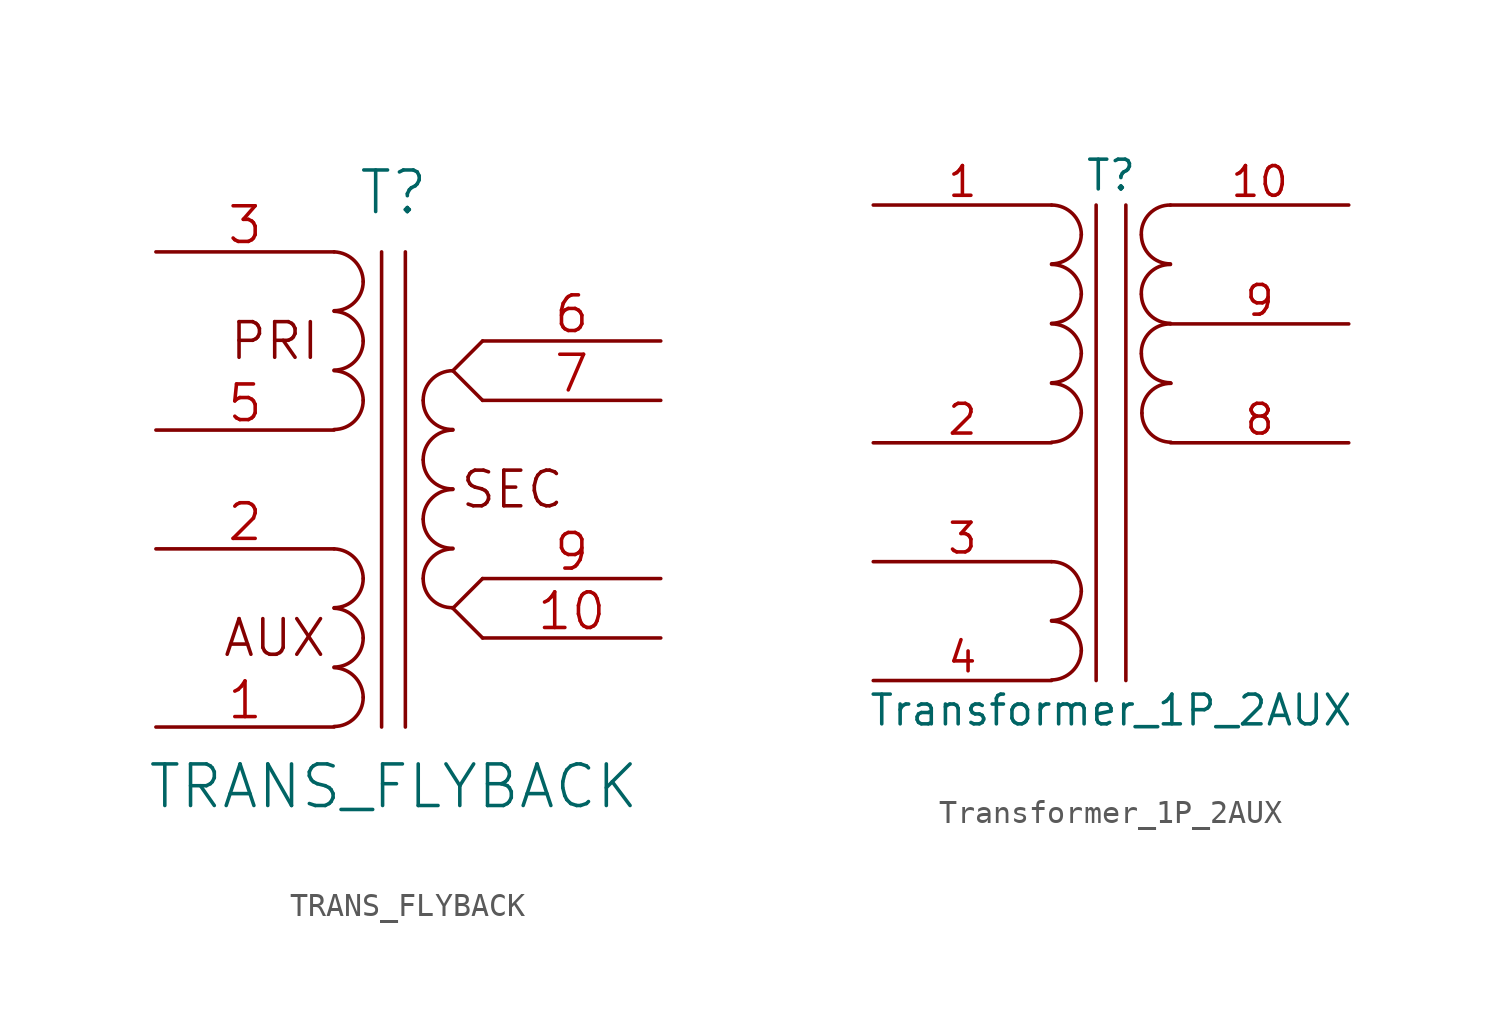
<source format=kicad_sym>
(kicad_symbol_lib
  (version 20211014)
  (generator kicad_symbol_editor)
  (symbol "TRANS_FLYBACK"
    (pin_names
      (offset 1.016) hide)
    (property "Reference" "T"
      (at 0 12.7 0)
      (effects (font (size 1.778 1.778))))
    (property "Value" "TRANS_FLYBACK"
      (at 0 -12.7 0)
      (effects (font (size 1.778 1.778))))
    (property "Footprint" ""
      (at 0 0 0)
      (effects (font (size 1.524 1.524))))
    (property "Datasheet" ""
      (at 0 0 0)
      (effects (font (size 1.524 1.524))))
    (symbol "TRANS_FLYBACK_0_0"
      (text "AUX" (at -5.08 -6.35 0) (effects (font (size 1.524 1.524))))
      (text "PRI" (at -5.08 6.35 0) (effects (font (size 1.524 1.524))))
      (text "SEC" (at 5.08 0 0) (effects (font (size 1.524 1.524)))))
    (symbol "TRANS_FLYBACK_0_1"
      (arc (start -2.54 -10.1346) (mid -1.6599 -9.7701) (end -1.2954 -8.89) (stroke (width 0) (type default) (color 0 0 0 0)) (fill (type none)))
      (arc (start -2.54 -7.5946) (mid -1.6599 -7.2301) (end -1.2954 -6.35) (stroke (width 0) (type default) (color 0 0 0 0)) (fill (type none)))
      (arc (start -2.54 -5.0546) (mid -1.6599 -4.6901) (end -1.2954 -3.81) (stroke (width 0) (type default) (color 0 0 0 0)) (fill (type none)))
      (arc (start -2.54 2.5654) (mid -1.6599 2.9299) (end -1.2954 3.81) (stroke (width 0) (type default) (color 0 0 0 0)) (fill (type none)))
      (arc (start -2.54 5.1054) (mid -1.6599 5.4699) (end -1.2954 6.35) (stroke (width 0) (type default) (color 0 0 0 0)) (fill (type none)))
      (arc (start -2.54 7.6454) (mid -1.6599 8.0099) (end -1.2954 8.89) (stroke (width 0) (type default) (color 0 0 0 0)) (fill (type none)))
      (arc (start -1.2954 -8.89) (mid -1.6599 -8.0099) (end -2.54 -7.62) (stroke (width 0) (type default) (color 0 0 0 0)) (fill (type none)))
      (arc (start -1.2954 -6.35) (mid -1.6599 -5.4699) (end -2.54 -5.08) (stroke (width 0) (type default) (color 0 0 0 0)) (fill (type none)))
      (arc (start -1.2954 -3.81) (mid -1.6599 -2.9299) (end -2.54 -2.54) (stroke (width 0) (type default) (color 0 0 0 0)) (fill (type none)))
      (arc (start -1.2954 3.81) (mid -1.6599 4.6901) (end -2.54 5.08) (stroke (width 0) (type default) (color 0 0 0 0)) (fill (type none)))
      (arc (start -1.2954 6.35) (mid -1.6599 7.2301) (end -2.54 7.62) (stroke (width 0) (type default) (color 0 0 0 0)) (fill (type none)))
      (arc (start -1.2954 8.89) (mid -1.6599 9.7701) (end -2.54 10.16) (stroke (width 0) (type default) (color 0 0 0 0)) (fill (type none)))
      (polyline (pts (xy -0.508 10.16) (xy -0.508 -10.16)) (stroke (width 0) (type default) (color 0 0 0 0)) (fill (type none)))
      (polyline (pts (xy 0.508 -10.16) (xy 0.508 10.16)) (stroke (width 0) (type default) (color 0 0 0 0)) (fill (type none)))
      (polyline (pts (xy 2.54 -5.08) (xy 3.81 -6.35)) (stroke (width 0) (type default) (color 0 0 0 0)) (fill (type none)))
      (polyline (pts (xy 2.54 -5.08) (xy 3.81 -3.81)) (stroke (width 0) (type default) (color 0 0 0 0)) (fill (type none)))
      (polyline (pts (xy 2.54 5.08) (xy 3.81 3.81)) (stroke (width 0) (type default) (color 0 0 0 0)) (fill (type none)))
      (polyline (pts (xy 2.54 5.08) (xy 3.81 6.35)) (stroke (width 0) (type default) (color 0 0 0 0)) (fill (type none)))
      (arc (start 1.27 -3.81) (mid 1.642 -4.708) (end 2.54 -5.0546) (stroke (width 0) (type default) (color 0 0 0 0)) (fill (type none)))
      (arc (start 1.27 -1.27) (mid 1.642 -2.168) (end 2.54 -2.5146) (stroke (width 0) (type default) (color 0 0 0 0)) (fill (type none)))
      (arc (start 1.27 1.27) (mid 1.642 0.372) (end 2.54 0.0254) (stroke (width 0) (type default) (color 0 0 0 0)) (fill (type none)))
      (arc (start 1.27 3.81) (mid 1.642 2.912) (end 2.54 2.5654) (stroke (width 0) (type default) (color 0 0 0 0)) (fill (type none)))
      (arc (start 2.54 -2.54) (mid 1.642 -2.912) (end 1.27 -3.81) (stroke (width 0) (type default) (color 0 0 0 0)) (fill (type none)))
      (arc (start 2.54 0) (mid 1.642 -0.372) (end 1.27 -1.27) (stroke (width 0) (type default) (color 0 0 0 0)) (fill (type none)))
      (arc (start 2.54 2.54) (mid 1.642 2.168) (end 1.27 1.27) (stroke (width 0) (type default) (color 0 0 0 0)) (fill (type none)))
      (arc (start 2.54 5.08) (mid 1.642 4.708) (end 1.27 3.81) (stroke (width 0) (type default) (color 0 0 0 0)) (fill (type none))))
    (symbol "TRANS_FLYBACK_1_1"
      (pin passive line (at -10.16 -10.16 0) (length 7.62) (name "SD" (effects (font (size 1.524 1.524)))) (number "1" (effects (font (size 1.524 1.524)))))
      (pin passive line (at 11.43 -6.35 180) (length 7.62) (name "~" (effects (font (size 1.524 1.524)))) (number "10" (effects (font (size 1.524 1.524)))))
      (pin passive line (at -10.16 -2.54 0) (length 7.62) (name "SC" (effects (font (size 1.524 1.524)))) (number "2" (effects (font (size 1.524 1.524)))))
      (pin passive line (at -10.16 10.16 0) (length 7.62) (name "SA" (effects (font (size 1.524 1.524)))) (number "3" (effects (font (size 1.524 1.524)))))
      (pin passive line (at -10.16 2.54 0) (length 7.62) (name "SB" (effects (font (size 1.524 1.524)))) (number "5" (effects (font (size 1.524 1.524)))))
      (pin passive line (at 11.43 6.35 180) (length 7.62) (name "Pri+" (effects (font (size 1.524 1.524)))) (number "6" (effects (font (size 1.524 1.524)))))
      (pin passive line (at 11.43 3.81 180) (length 7.62) (name "~" (effects (font (size 1.524 1.524)))) (number "7" (effects (font (size 1.524 1.524)))))
      (pin passive line (at 11.43 -3.81 180) (length 7.62) (name "Pri-" (effects (font (size 1.524 1.524)))) (number "9" (effects (font (size 1.524 1.524)))))))
  (symbol "Transformer_1P_2AUX"
    (pin_names
      (offset 1.016) hide)
    (property "Reference" "T"
      (at 0 6.35 0)
      (effects (font (size 1.27 1.27))))
    (property "Value" "Transformer_1P_2AUX"
      (at 0 -16.51 0)
      (effects (font (size 1.27 1.27))))
    (symbol "Transformer_1P_2AUX_0_1"
      (arc (start -2.54 -5.0546) (mid -1.6599 -4.6901) (end -1.27 -3.81) (stroke (width 0) (type default) (color 0 0 0 0)) (fill (type none)))
      (arc (start -2.54 -2.5146) (mid -1.6599 -2.1501) (end -1.27 -1.27) (stroke (width 0) (type default) (color 0 0 0 0)) (fill (type none)))
      (arc (start -2.54 0.0254) (mid -1.6599 0.3899) (end -1.27 1.27) (stroke (width 0) (type default) (color 0 0 0 0)) (fill (type none)))
      (arc (start -2.54 2.5654) (mid -1.6599 2.9299) (end -1.27 3.81) (stroke (width 0) (type default) (color 0 0 0 0)) (fill (type none)))
      (arc (start -1.27 -3.81) (mid -1.642 -2.912) (end -2.54 -2.54) (stroke (width 0) (type default) (color 0 0 0 0)) (fill (type none)))
      (arc (start -1.27 -1.27) (mid -1.642 -0.372) (end -2.54 0) (stroke (width 0) (type default) (color 0 0 0 0)) (fill (type none)))
      (arc (start -1.27 1.27) (mid -1.642 2.168) (end -2.54 2.54) (stroke (width 0) (type default) (color 0 0 0 0)) (fill (type none)))
      (arc (start -1.27 3.81) (mid -1.642 4.708) (end -2.54 5.08) (stroke (width 0) (type default) (color 0 0 0 0)) (fill (type none)))
      (polyline (pts (xy -0.635 5.08) (xy -0.635 -15.24)) (stroke (width 0) (type default) (color 0 0 0 0)) (fill (type none)))
      (polyline (pts (xy 0.635 5.08) (xy 0.635 -15.24)) (stroke (width 0) (type default) (color 0 0 0 0)) (fill (type none)))
      (arc (start 1.2954 -1.27) (mid 1.6599 -2.1501) (end 2.54 -2.5146) (stroke (width 0) (type default) (color 0 0 0 0)) (fill (type none)))
      (arc (start 1.2954 1.27) (mid 1.6599 0.3899) (end 2.54 0.0254) (stroke (width 0) (type default) (color 0 0 0 0)) (fill (type none)))
      (arc (start 1.2954 3.81) (mid 1.6599 2.9299) (end 2.54 2.5654) (stroke (width 0) (type default) (color 0 0 0 0)) (fill (type none)))
      (arc (start 1.3208 -3.81) (mid 1.6853 -4.6901) (end 2.5654 -5.0546) (stroke (width 0) (type default) (color 0 0 0 0)) (fill (type none)))
      (arc (start 2.54 0) (mid 1.642 -0.372) (end 1.2954 -1.27) (stroke (width 0) (type default) (color 0 0 0 0)) (fill (type none)))
      (arc (start 2.54 2.54) (mid 1.642 2.168) (end 1.2954 1.27) (stroke (width 0) (type default) (color 0 0 0 0)) (fill (type none)))
      (arc (start 2.54 5.08) (mid 1.642 4.708) (end 1.2954 3.81) (stroke (width 0) (type default) (color 0 0 0 0)) (fill (type none)))
      (arc (start 2.5654 -2.54) (mid 1.6674 -2.912) (end 1.3208 -3.81) (stroke (width 0) (type default) (color 0 0 0 0)) (fill (type none))))
    (symbol "Transformer_1P_2AUX_1_1"
      (arc (start -2.54 -15.2146) (mid -1.6599 -14.8501) (end -1.27 -13.97) (stroke (width 0) (type default) (color 0 0 0 0)) (fill (type none)))
      (arc (start -2.54 -12.6746) (mid -1.6599 -12.3101) (end -1.27 -11.43) (stroke (width 0) (type default) (color 0 0 0 0)) (fill (type none)))
      (arc (start -1.27 -13.97) (mid -1.642 -13.072) (end -2.54 -12.7) (stroke (width 0) (type default) (color 0 0 0 0)) (fill (type none)))
      (arc (start -1.27 -11.43) (mid -1.642 -10.532) (end -2.54 -10.16) (stroke (width 0) (type default) (color 0 0 0 0)) (fill (type none)))
      (pin passive line (at -10.16 5.08 0) (length 7.62) (name "AA" (effects (font (size 1.27 1.27)))) (number "1" (effects (font (size 1.27 1.27)))))
      (pin passive line (at 10.16 5.08 180) (length 7.62) (name "SB" (effects (font (size 1.27 1.27)))) (number "10" (effects (font (size 1.27 1.27)))))
      (pin passive line (at -10.16 -5.08 0) (length 7.62) (name "AB" (effects (font (size 1.27 1.27)))) (number "2" (effects (font (size 1.27 1.27)))))
      (pin passive line (at -10.16 -10.16 0) (length 7.62) (name "AUX1" (effects (font (size 1.27 1.27)))) (number "3" (effects (font (size 1.27 1.27)))))
      (pin passive line (at -10.16 -15.24 0) (length 7.62) (name "AUX1" (effects (font (size 1.27 1.27)))) (number "4" (effects (font (size 1.27 1.27)))))
      (pin passive line (at 10.16 -5.08 180) (length 7.62) (name "SA" (effects (font (size 1.27 1.27)))) (number "8" (effects (font (size 1.27 1.27)))))
      (pin passive line (at 10.16 0 180) (length 7.62) (name "SC" (effects (font (size 1.27 1.27)))) (number "9" (effects (font (size 1.27 1.27))))))))
</source>
